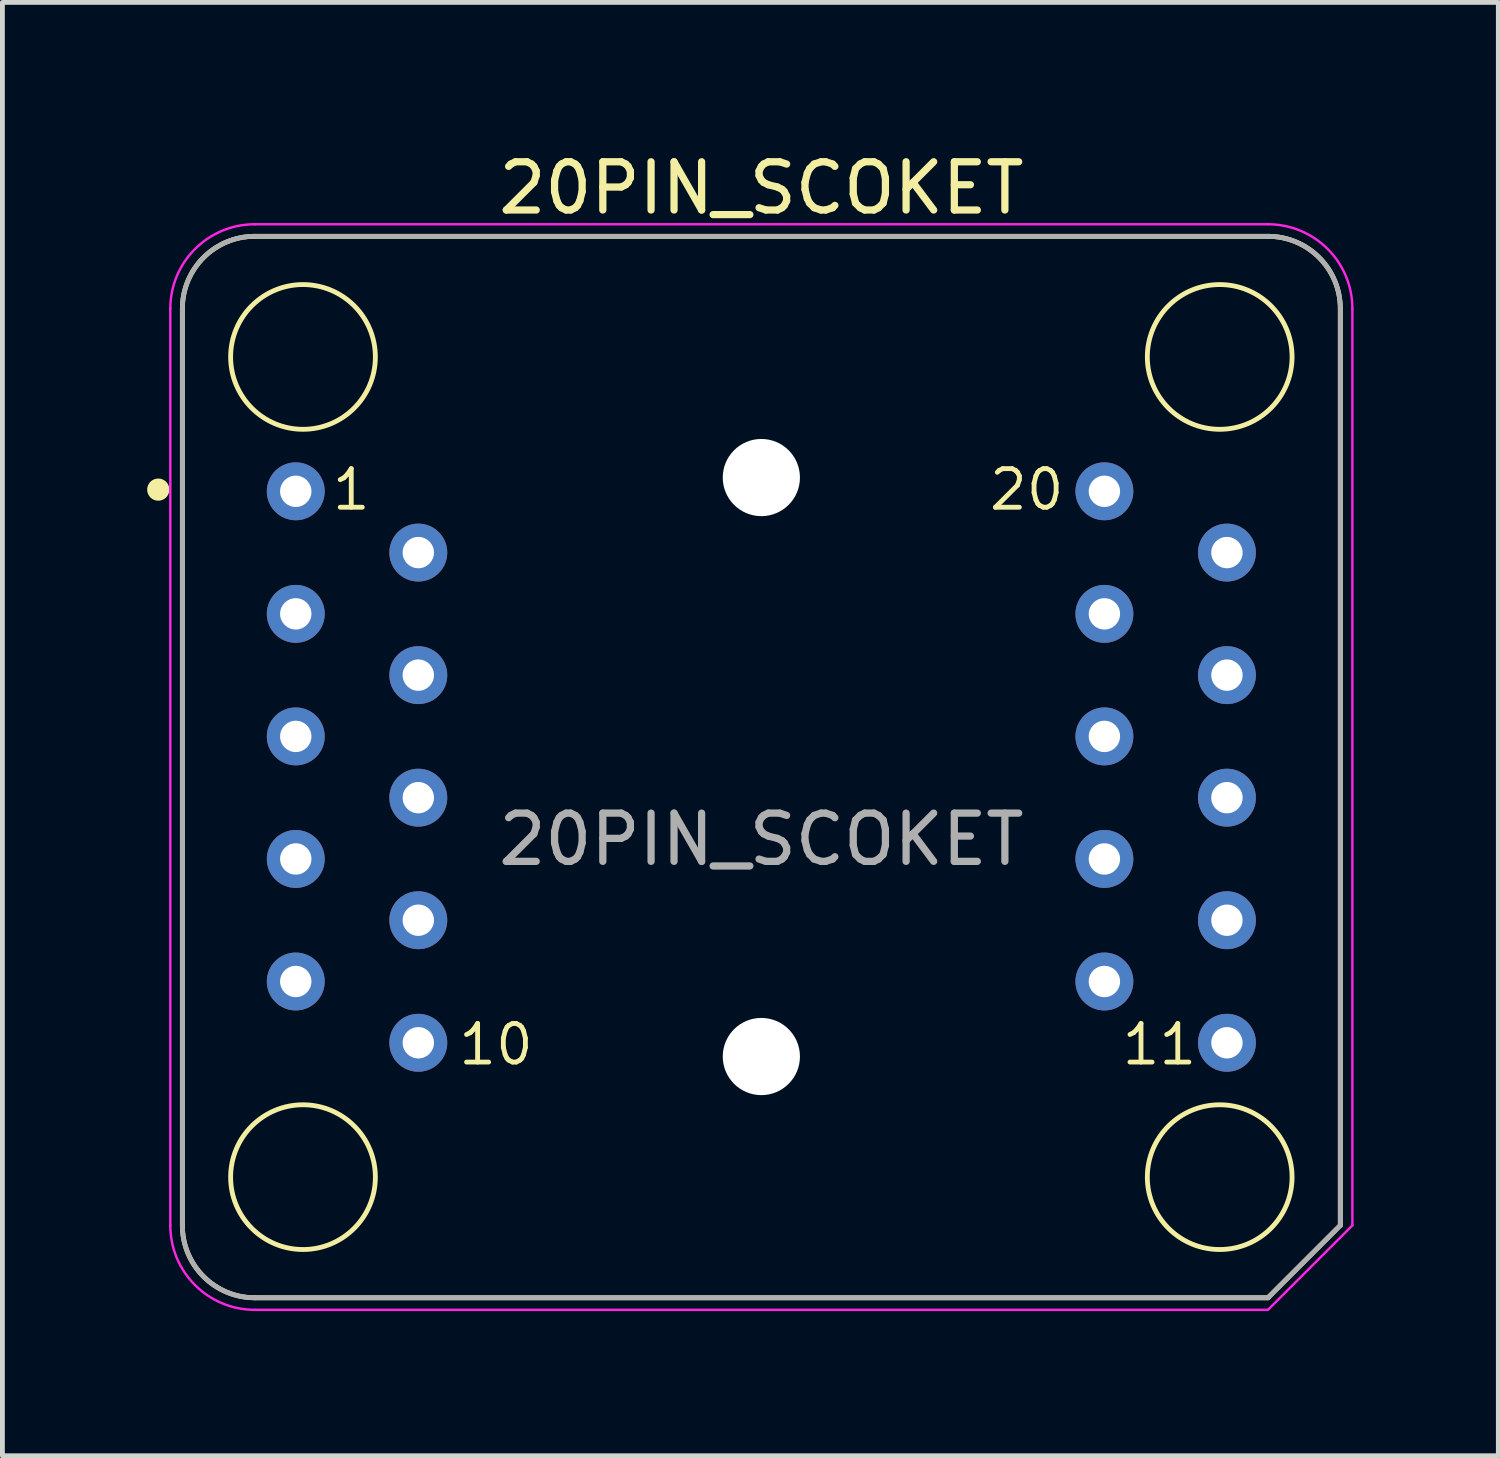
<source format=kicad_pcb>
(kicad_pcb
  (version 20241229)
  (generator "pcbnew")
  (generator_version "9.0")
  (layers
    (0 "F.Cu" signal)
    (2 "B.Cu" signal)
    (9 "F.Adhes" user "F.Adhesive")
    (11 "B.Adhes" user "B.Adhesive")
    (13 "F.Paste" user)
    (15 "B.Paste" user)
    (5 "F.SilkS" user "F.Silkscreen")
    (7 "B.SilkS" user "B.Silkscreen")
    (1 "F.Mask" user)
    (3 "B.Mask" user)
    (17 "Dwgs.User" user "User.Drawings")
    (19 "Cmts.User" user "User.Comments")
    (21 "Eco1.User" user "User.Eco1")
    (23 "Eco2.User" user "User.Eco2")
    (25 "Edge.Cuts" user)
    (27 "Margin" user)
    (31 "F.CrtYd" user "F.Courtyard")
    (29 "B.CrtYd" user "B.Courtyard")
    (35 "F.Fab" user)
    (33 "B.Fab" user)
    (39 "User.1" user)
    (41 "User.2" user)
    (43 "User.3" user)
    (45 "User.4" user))
  (footprint "20PIN_SCOKET"
    (layer "F.Cu")
    (at 12.73 12.848)
    (property "Reference" "20PIN_SCOKET" (at 0 -12 0) (unlocked yes) (layer "F.SilkS") (effects (font (size 1 1) (thickness 0.15))))
    (attr through_hole)
    (fp_line (start -12 9.5) (end -12 -9.5) (stroke (width 0.1) (type default)) (layer "F.SilkS"))
    (fp_line (start -10.5 -11) (end 10.5 -11) (stroke (width 0.1) (type default)) (layer "F.SilkS"))
    (fp_line (start 10.5 11) (end -10.5 11) (stroke (width 0.1) (type default)) (layer "F.SilkS"))
    (fp_line (start 10.5 11) (end 12 9.5) (stroke (width 0.1) (type default)) (layer "F.SilkS"))
    (fp_line (start 12 -9.5) (end 12 9.5) (stroke (width 0.1) (type default)) (layer "F.SilkS"))
    (fp_arc (start -12 -9.5) (mid -11.56066 -10.56066) (end -10.5 -11) (stroke (width 0.1) (type default)) (layer "F.SilkS"))
    (fp_arc (start -10.5 11) (mid -11.56066 10.56066) (end -12 9.5) (stroke (width 0.1) (type default)) (layer "F.SilkS"))
    (fp_arc (start 10.5 -11) (mid 11.56066 -10.56066) (end 12 -9.5) (stroke (width 0.1) (type default)) (layer "F.SilkS"))
    (fp_circle (center -12.5 -5.75) (end -12.32 -5.75) (stroke (width 0.1) (type solid)) (fill yes) (layer "F.SilkS"))
    (fp_circle (center -9.5 -8.5) (end -8 -8.5) (stroke (width 0.1) (type default)) (fill no) (layer "F.SilkS"))
    (fp_circle (center -9.5 8.5) (end -8 8.5) (stroke (width 0.1) (type default)) (fill no) (layer "F.SilkS"))
    (fp_circle (center 9.5 -8.5) (end 8 -8.5) (stroke (width 0.1) (type default)) (fill no) (layer "F.SilkS"))
    (fp_circle (center 9.5 8.5) (end 8 8.5) (stroke (width 0.1) (type default)) (fill no) (layer "F.SilkS"))
    (fp_line (start -12.25 9.5) (end -12.25 -9.5) (stroke (width 0.05) (type default)) (layer "F.CrtYd"))
    (fp_line (start -10.5 -11.25) (end 10.5 -11.25) (stroke (width 0.05) (type default)) (layer "F.CrtYd"))
    (fp_line (start 10.5 11.25) (end -10.5 11.25) (stroke (width 0.05) (type default)) (layer "F.CrtYd"))
    (fp_line (start 10.5 11.25) (end 12.25 9.5) (stroke (width 0.05) (type default)) (layer "F.CrtYd"))
    (fp_line (start 12.25 -9.5) (end 12.25 9.5) (stroke (width 0.05) (type default)) (layer "F.CrtYd"))
    (fp_arc (start -12.25 -9.5) (mid -11.737437 -10.737437) (end -10.5 -11.25) (stroke (width 0.05) (type default)) (layer "F.CrtYd"))
    (fp_arc (start -10.5 11.25) (mid -11.737437 10.737437) (end -12.25 9.5) (stroke (width 0.05) (type default)) (layer "F.CrtYd"))
    (fp_arc (start 10.5 -11.25) (mid 11.737437 -10.737437) (end 12.25 -9.5) (stroke (width 0.05) (type default)) (layer "F.CrtYd"))
    (fp_line (start -12 9.5) (end -12 -9.5) (stroke (width 0.1) (type default)) (layer "F.Fab"))
    (fp_line (start -10.5 -11) (end 10.5 -11) (stroke (width 0.1) (type default)) (layer "F.Fab"))
    (fp_line (start 10.5 11) (end -10.5 11) (stroke (width 0.1) (type default)) (layer "F.Fab"))
    (fp_line (start 10.5 11) (end 12 9.5) (stroke (width 0.1) (type default)) (layer "F.Fab"))
    (fp_line (start 12 -9.5) (end 12 9.5) (stroke (width 0.1) (type default)) (layer "F.Fab"))
    (fp_arc (start -12 -9.5) (mid -11.56066 -10.56066) (end -10.5 -11) (stroke (width 0.1) (type default)) (layer "F.Fab"))
    (fp_arc (start -10.5 11) (mid -11.56066 10.56066) (end -12 9.5) (stroke (width 0.1) (type default)) (layer "F.Fab"))
    (fp_arc (start 10.5 -11) (mid 11.56066 -10.56066) (end 12 -9.5) (stroke (width 0.1) (type default)) (layer "F.Fab"))
    (fp_text user "10" (at -5.5 5.75 0) (unlocked yes) (layer "F.SilkS") (effects (font (size 0.8 0.8) (thickness 0.1))))
    (fp_text user "1" (at -8.5 -5.75 0) (unlocked yes) (layer "F.SilkS") (effects (font (size 0.8 0.8) (thickness 0.1))))
    (fp_text user "20" (at 5.5 -5.75 0) (unlocked yes) (layer "F.SilkS") (effects (font (size 0.8 0.8) (thickness 0.1))))
    (fp_text user "11" (at 8.25 5.75 0) (unlocked yes) (layer "F.SilkS") (effects (font (size 0.8 0.8) (thickness 0.1))))
    (fp_text user "${REFERENCE}" (at 0 1.5 0) (unlocked yes) (layer "F.Fab") (effects (font (size 1 1) (thickness 0.15))))
    (pad "" np_thru_hole circle (at 0 -6) (size 1.6 1.6) (drill 1.6) (layers "*.Cu" "*.Mask"))
    (pad "" np_thru_hole circle (at 0 6) (size 1.6 1.6) (drill 1.6) (layers "*.Cu" "*.Mask"))
    (pad "1" thru_hole circle (at -9.65 -5.715) (size 1.2 1.2) (drill 0.65) (layers "*.Cu" "*.Mask"))
    (pad "2" thru_hole circle (at -7.11 -4.445) (size 1.2 1.2) (drill 0.65) (layers "*.Cu" "*.Mask"))
    (pad "3" thru_hole circle (at -9.65 -3.175) (size 1.2 1.2) (drill 0.65) (layers "*.Cu" "*.Mask"))
    (pad "4" thru_hole circle (at -7.11 -1.905) (size 1.2 1.2) (drill 0.65) (layers "*.Cu" "*.Mask"))
    (pad "5" thru_hole circle (at -9.65 -0.635) (size 1.2 1.2) (drill 0.65) (layers "*.Cu" "*.Mask"))
    (pad "6" thru_hole circle (at -7.11 0.635) (size 1.2 1.2) (drill 0.65) (layers "*.Cu" "*.Mask"))
    (pad "7" thru_hole circle (at -9.65 1.905) (size 1.2 1.2) (drill 0.65) (layers "*.Cu" "*.Mask"))
    (pad "8" thru_hole circle (at -7.11 3.175) (size 1.2 1.2) (drill 0.65) (layers "*.Cu" "*.Mask"))
    (pad "9" thru_hole circle (at -9.65 4.445) (size 1.2 1.2) (drill 0.65) (layers "*.Cu" "*.Mask"))
    (pad "10" thru_hole circle (at -7.11 5.715) (size 1.2 1.2) (drill 0.65) (layers "*.Cu" "*.Mask"))
    (pad "11" thru_hole circle (at 9.65 5.715 180) (size 1.2 1.2) (drill 0.65) (layers "*.Cu" "*.Mask"))
    (pad "12" thru_hole circle (at 7.11 4.445 180) (size 1.2 1.2) (drill 0.65) (layers "*.Cu" "*.Mask"))
    (pad "13" thru_hole circle (at 9.65 3.175 180) (size 1.2 1.2) (drill 0.65) (layers "*.Cu" "*.Mask"))
    (pad "14" thru_hole circle (at 7.11 1.905 180) (size 1.2 1.2) (drill 0.65) (layers "*.Cu" "*.Mask"))
    (pad "15" thru_hole circle (at 9.65 0.635 180) (size 1.2 1.2) (drill 0.65) (layers "*.Cu" "*.Mask"))
    (pad "16" thru_hole circle (at 7.11 -0.635 180) (size 1.2 1.2) (drill 0.65) (layers "*.Cu" "*.Mask"))
    (pad "17" thru_hole circle (at 9.65 -1.905 180) (size 1.2 1.2) (drill 0.65) (layers "*.Cu" "*.Mask"))
    (pad "18" thru_hole circle (at 7.11 -3.175 180) (size 1.2 1.2) (drill 0.65) (layers "*.Cu" "*.Mask"))
    (pad "19" thru_hole circle (at 9.65 -4.445 180) (size 1.2 1.2) (drill 0.65) (layers "*.Cu" "*.Mask"))
    (pad "20" thru_hole circle (at 7.11 -5.715 180) (size 1.2 1.2) (drill 0.65) (layers "*.Cu" "*.Mask")))
  (gr_rect
    (start -3 -3)
    (end 28.005 27.123)
    (stroke (width 0.1) (type default))
    (fill no)
    (layer "Edge.Cuts")))
</source>
